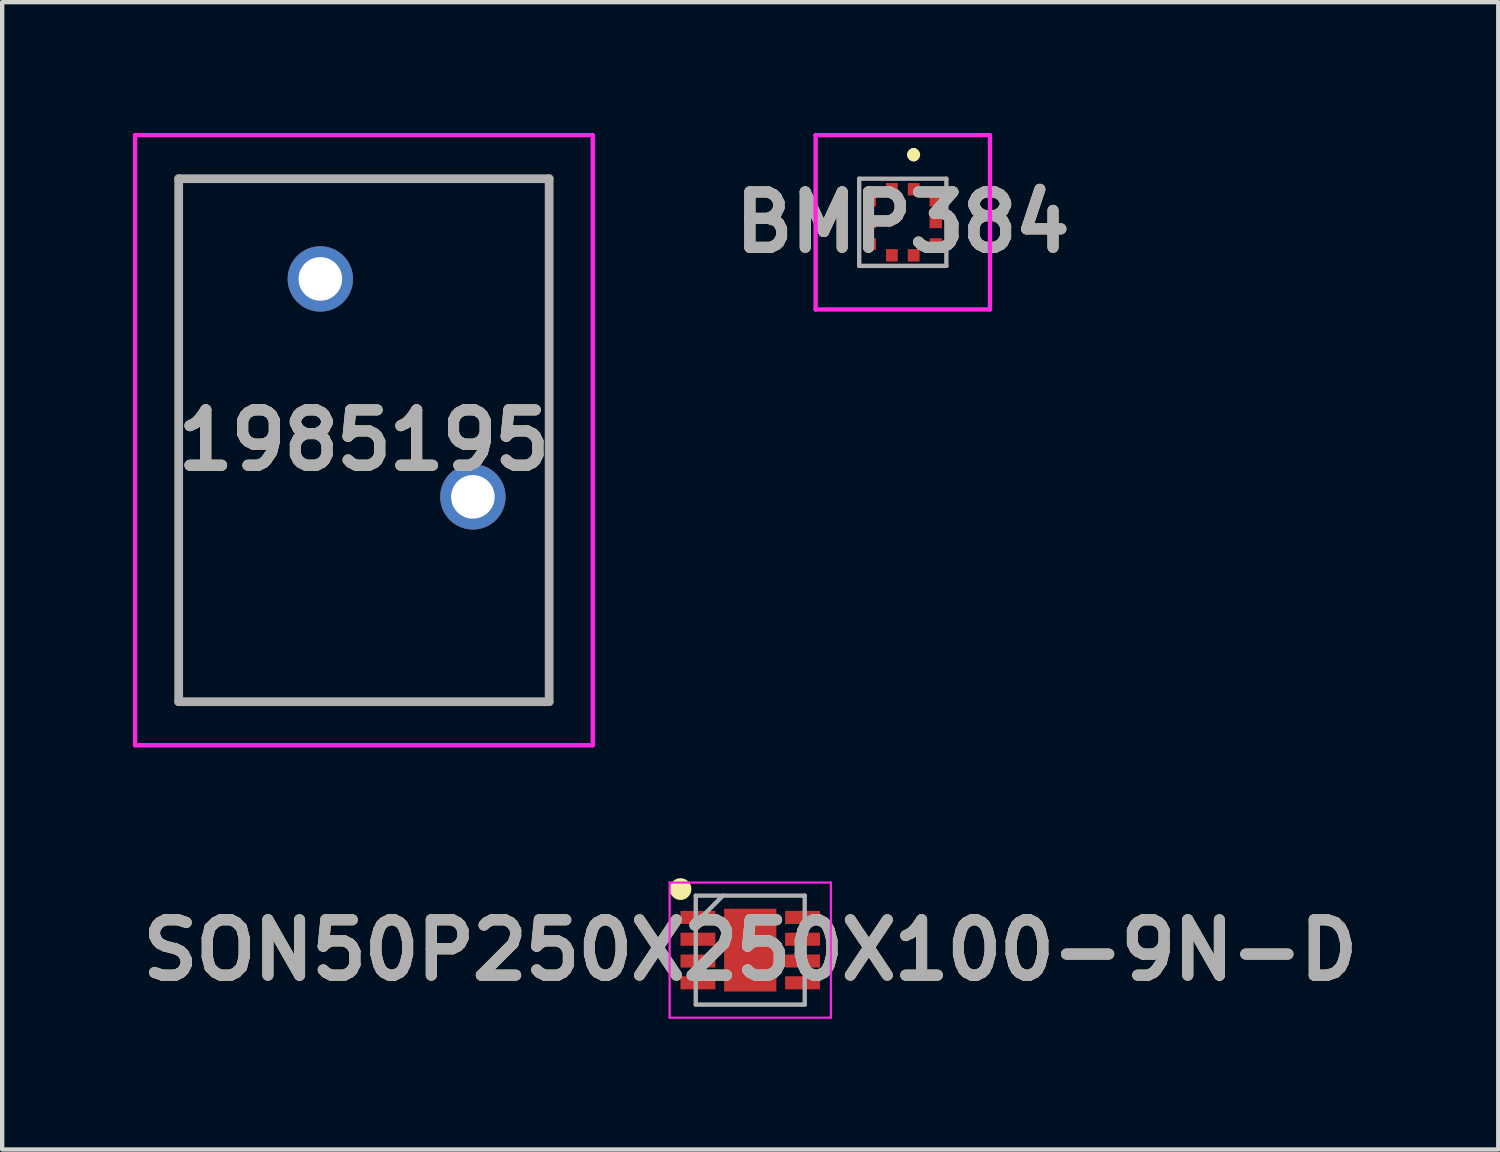
<source format=kicad_pcb>
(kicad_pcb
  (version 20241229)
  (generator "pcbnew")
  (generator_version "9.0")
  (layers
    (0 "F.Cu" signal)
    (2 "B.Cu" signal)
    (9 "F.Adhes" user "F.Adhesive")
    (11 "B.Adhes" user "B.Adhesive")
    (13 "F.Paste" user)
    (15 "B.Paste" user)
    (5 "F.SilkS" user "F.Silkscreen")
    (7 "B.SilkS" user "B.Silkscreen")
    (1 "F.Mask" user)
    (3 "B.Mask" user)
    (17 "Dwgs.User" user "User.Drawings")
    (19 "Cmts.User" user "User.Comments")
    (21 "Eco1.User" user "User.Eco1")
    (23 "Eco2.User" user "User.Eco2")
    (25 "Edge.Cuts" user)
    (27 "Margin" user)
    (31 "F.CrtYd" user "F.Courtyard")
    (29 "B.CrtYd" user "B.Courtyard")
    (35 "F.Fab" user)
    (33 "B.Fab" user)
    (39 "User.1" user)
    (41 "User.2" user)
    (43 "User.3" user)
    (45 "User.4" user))
  (footprint "SON50P250X250X100-9N-D"
    (layer "F.Cu")
    (at 14.164 18.75)
    (property "Reference" "SON50P250X250X100-9N-D" (at 0 0 0) (layer "F.SilkS") (effects (font (size 1.27 1.27) (thickness 0.254))))
    (attr smd)
    (fp_circle (center -1.6 -1.4) (end -1.6 -1.275) (stroke (width 0.25) (type solid)) (fill no) (layer "F.SilkS"))
    (fp_line (start -1.85 -1.55) (end 1.85 -1.55) (stroke (width 0.05) (type solid)) (layer "F.CrtYd"))
    (fp_line (start -1.85 1.55) (end -1.85 -1.55) (stroke (width 0.05) (type solid)) (layer "F.CrtYd"))
    (fp_line (start 1.85 -1.55) (end 1.85 1.55) (stroke (width 0.05) (type solid)) (layer "F.CrtYd"))
    (fp_line (start 1.85 1.55) (end -1.85 1.55) (stroke (width 0.05) (type solid)) (layer "F.CrtYd"))
    (fp_line (start -1.25 -1.25) (end 1.25 -1.25) (stroke (width 0.1) (type solid)) (layer "F.Fab"))
    (fp_line (start -1.25 -0.625) (end -0.625 -1.25) (stroke (width 0.1) (type solid)) (layer "F.Fab"))
    (fp_line (start -1.25 1.25) (end -1.25 -1.25) (stroke (width 0.1) (type solid)) (layer "F.Fab"))
    (fp_line (start 1.25 -1.25) (end 1.25 1.25) (stroke (width 0.1) (type solid)) (layer "F.Fab"))
    (fp_line (start 1.25 1.25) (end -1.25 1.25) (stroke (width 0.1) (type solid)) (layer "F.Fab"))
    (fp_text user "${REFERENCE}" (at 0 0 0) (layer "F.Fab") (effects (font (size 1.27 1.27) (thickness 0.254))))
    (pad "1" smd rect (at -1.2 -0.75 90) (size 0.3 0.8) (layers "F.Cu" "F.Mask" "F.Paste"))
    (pad "2" smd rect (at -1.2 -0.25 90) (size 0.3 0.8) (layers "F.Cu" "F.Mask" "F.Paste"))
    (pad "3" smd rect (at -1.2 0.25 90) (size 0.3 0.8) (layers "F.Cu" "F.Mask" "F.Paste"))
    (pad "4" smd rect (at -1.2 0.75 90) (size 0.3 0.8) (layers "F.Cu" "F.Mask" "F.Paste"))
    (pad "5" smd rect (at 1.2 0.75 90) (size 0.3 0.8) (layers "F.Cu" "F.Mask" "F.Paste"))
    (pad "6" smd rect (at 1.2 0.25 90) (size 0.3 0.8) (layers "F.Cu" "F.Mask" "F.Paste"))
    (pad "7" smd rect (at 1.2 -0.25 90) (size 0.3 0.8) (layers "F.Cu" "F.Mask" "F.Paste"))
    (pad "8" smd rect (at 1.2 -0.75 90) (size 0.3 0.8) (layers "F.Cu" "F.Mask" "F.Paste"))
    (pad "9" smd rect (at 0 0) (size 1.2 1.9) (layers "F.Cu" "F.Mask" "F.Paste")))
  (footprint "1985195"
    (layer "F.Cu")
    (at 1.05 3.35)
    (property "Reference" "1985195" (at 4.25 3.7 0) (layer "F.SilkS") (effects (font (size 1.27 1.27) (thickness 0.254))))
    (attr through_hole)
    (fp_line (start 0 -2.3) (end 0 -2.3) (stroke (width 0.1) (type solid)) (layer "F.SilkS"))
    (fp_line (start 0 -2.3) (end 8.5 -2.3) (stroke (width 0.1) (type solid)) (layer "F.SilkS"))
    (fp_line (start 0 9.7) (end 0 -2.3) (stroke (width 0.1) (type solid)) (layer "F.SilkS"))
    (fp_line (start 8.5 -2.3) (end 8.5 9.7) (stroke (width 0.1) (type solid)) (layer "F.SilkS"))
    (fp_line (start 8.5 9.7) (end 0 9.7) (stroke (width 0.1) (type solid)) (layer "F.SilkS"))
    (fp_line (start -1 -3.3) (end 9.5 -3.3) (stroke (width 0.1) (type solid)) (layer "F.CrtYd"))
    (fp_line (start -1 10.7) (end -1 -3.3) (stroke (width 0.1) (type solid)) (layer "F.CrtYd"))
    (fp_line (start 9.5 -3.3) (end 9.5 10.7) (stroke (width 0.1) (type solid)) (layer "F.CrtYd"))
    (fp_line (start 9.5 10.7) (end -1 10.7) (stroke (width 0.1) (type solid)) (layer "F.CrtYd"))
    (fp_line (start 0 -2.3) (end 8.5 -2.3) (stroke (width 0.2) (type solid)) (layer "F.Fab"))
    (fp_line (start 0 9.7) (end 0 -2.3) (stroke (width 0.2) (type solid)) (layer "F.Fab"))
    (fp_line (start 8.5 -2.3) (end 8.5 9.7) (stroke (width 0.2) (type solid)) (layer "F.Fab"))
    (fp_line (start 8.5 9.7) (end 0 9.7) (stroke (width 0.2) (type solid)) (layer "F.Fab"))
    (fp_text user "${REFERENCE}" (at 4.25 3.7 0) (layer "F.Fab") (effects (font (size 1.27 1.27) (thickness 0.254))))
    (pad "1" thru_hole circle (at 6.75 5) (size 1.5 1.5) (drill 1) (layers "*.Cu" "*.Mask"))
    (pad "2" thru_hole circle (at 3.25 0) (size 1.5 1.5) (drill 1) (layers "*.Cu" "*.Mask")))
  (footprint "BMP384"
    (layer "F.Cu")
    (at 17.664 2.05)
    (property "Reference" "BMP384" (at 0 0 0) (layer "F.SilkS") (effects (font (size 1.27 1.27) (thickness 0.254))))
    (attr smd)
    (fp_line (start 0.25 -1.6) (end 0.25 -1.6) (stroke (width 0.2) (type solid)) (layer "F.SilkS"))
    (fp_line (start 0.25 -1.6) (end 0.25 -1.6) (stroke (width 0.2) (type solid)) (layer "F.SilkS"))
    (fp_line (start 0.25 -1.5) (end 0.25 -1.5) (stroke (width 0.2) (type solid)) (layer "F.SilkS"))
    (fp_arc (start 0.25 -1.6) (mid 0.3 -1.55) (end 0.25 -1.5) (stroke (width 0.2) (type solid)) (layer "F.SilkS"))
    (fp_arc (start 0.25 -1.5) (mid 0.2 -1.55) (end 0.25 -1.6) (stroke (width 0.2) (type solid)) (layer "F.SilkS"))
    (fp_arc (start 0.25 -1.5) (mid 0.2 -1.55) (end 0.25 -1.6) (stroke (width 0.2) (type solid)) (layer "F.SilkS"))
    (fp_line (start -2 -2) (end 2 -2) (stroke (width 0.1) (type solid)) (layer "F.CrtYd"))
    (fp_line (start -2 2) (end -2 -2) (stroke (width 0.1) (type solid)) (layer "F.CrtYd"))
    (fp_line (start 2 -2) (end 2 2) (stroke (width 0.1) (type solid)) (layer "F.CrtYd"))
    (fp_line (start 2 2) (end -2 2) (stroke (width 0.1) (type solid)) (layer "F.CrtYd"))
    (fp_line (start -1 -1) (end -1 1) (stroke (width 0.1) (type solid)) (layer "F.Fab"))
    (fp_line (start -1 1) (end 1 1) (stroke (width 0.1) (type solid)) (layer "F.Fab"))
    (fp_line (start 1 -1) (end -1 -1) (stroke (width 0.1) (type solid)) (layer "F.Fab"))
    (fp_line (start 1 1) (end 1 -1) (stroke (width 0.1) (type solid)) (layer "F.Fab"))
    (fp_text user "${REFERENCE}" (at 0 0 0) (layer "F.Fab") (effects (font (size 1.27 1.27) (thickness 0.254))))
    (pad "1" smd rect (at 0.25 -0.758) (size 0.27 0.285) (layers "F.Cu" "F.Mask" "F.Paste"))
    (pad "2" smd rect (at -0.25 -0.758) (size 0.27 0.285) (layers "F.Cu" "F.Mask" "F.Paste"))
    (pad "3" smd rect (at -0.757 -0.5 90) (size 0.27 0.285) (layers "F.Cu" "F.Mask" "F.Paste"))
    (pad "4" smd rect (at -0.757 0 90) (size 0.27 0.285) (layers "F.Cu" "F.Mask" "F.Paste"))
    (pad "5" smd rect (at -0.757 0.5 90) (size 0.27 0.285) (layers "F.Cu" "F.Mask" "F.Paste"))
    (pad "6" smd rect (at -0.25 0.758) (size 0.27 0.285) (layers "F.Cu" "F.Mask" "F.Paste"))
    (pad "7" smd rect (at 0.25 0.758) (size 0.27 0.285) (layers "F.Cu" "F.Mask" "F.Paste"))
    (pad "8" smd rect (at 0.757 0.5 90) (size 0.27 0.285) (layers "F.Cu" "F.Mask" "F.Paste"))
    (pad "9" smd rect (at 0.757 0 90) (size 0.27 0.285) (layers "F.Cu" "F.Mask" "F.Paste"))
    (pad "10" smd rect (at 0.757 -0.5 90) (size 0.27 0.285) (layers "F.Cu" "F.Mask" "F.Paste")))
  (gr_rect
    (start -3 -3)
    (end 31.327 23.325)
    (stroke (width 0.1) (type default))
    (fill no)
    (layer "Edge.Cuts")))
</source>
